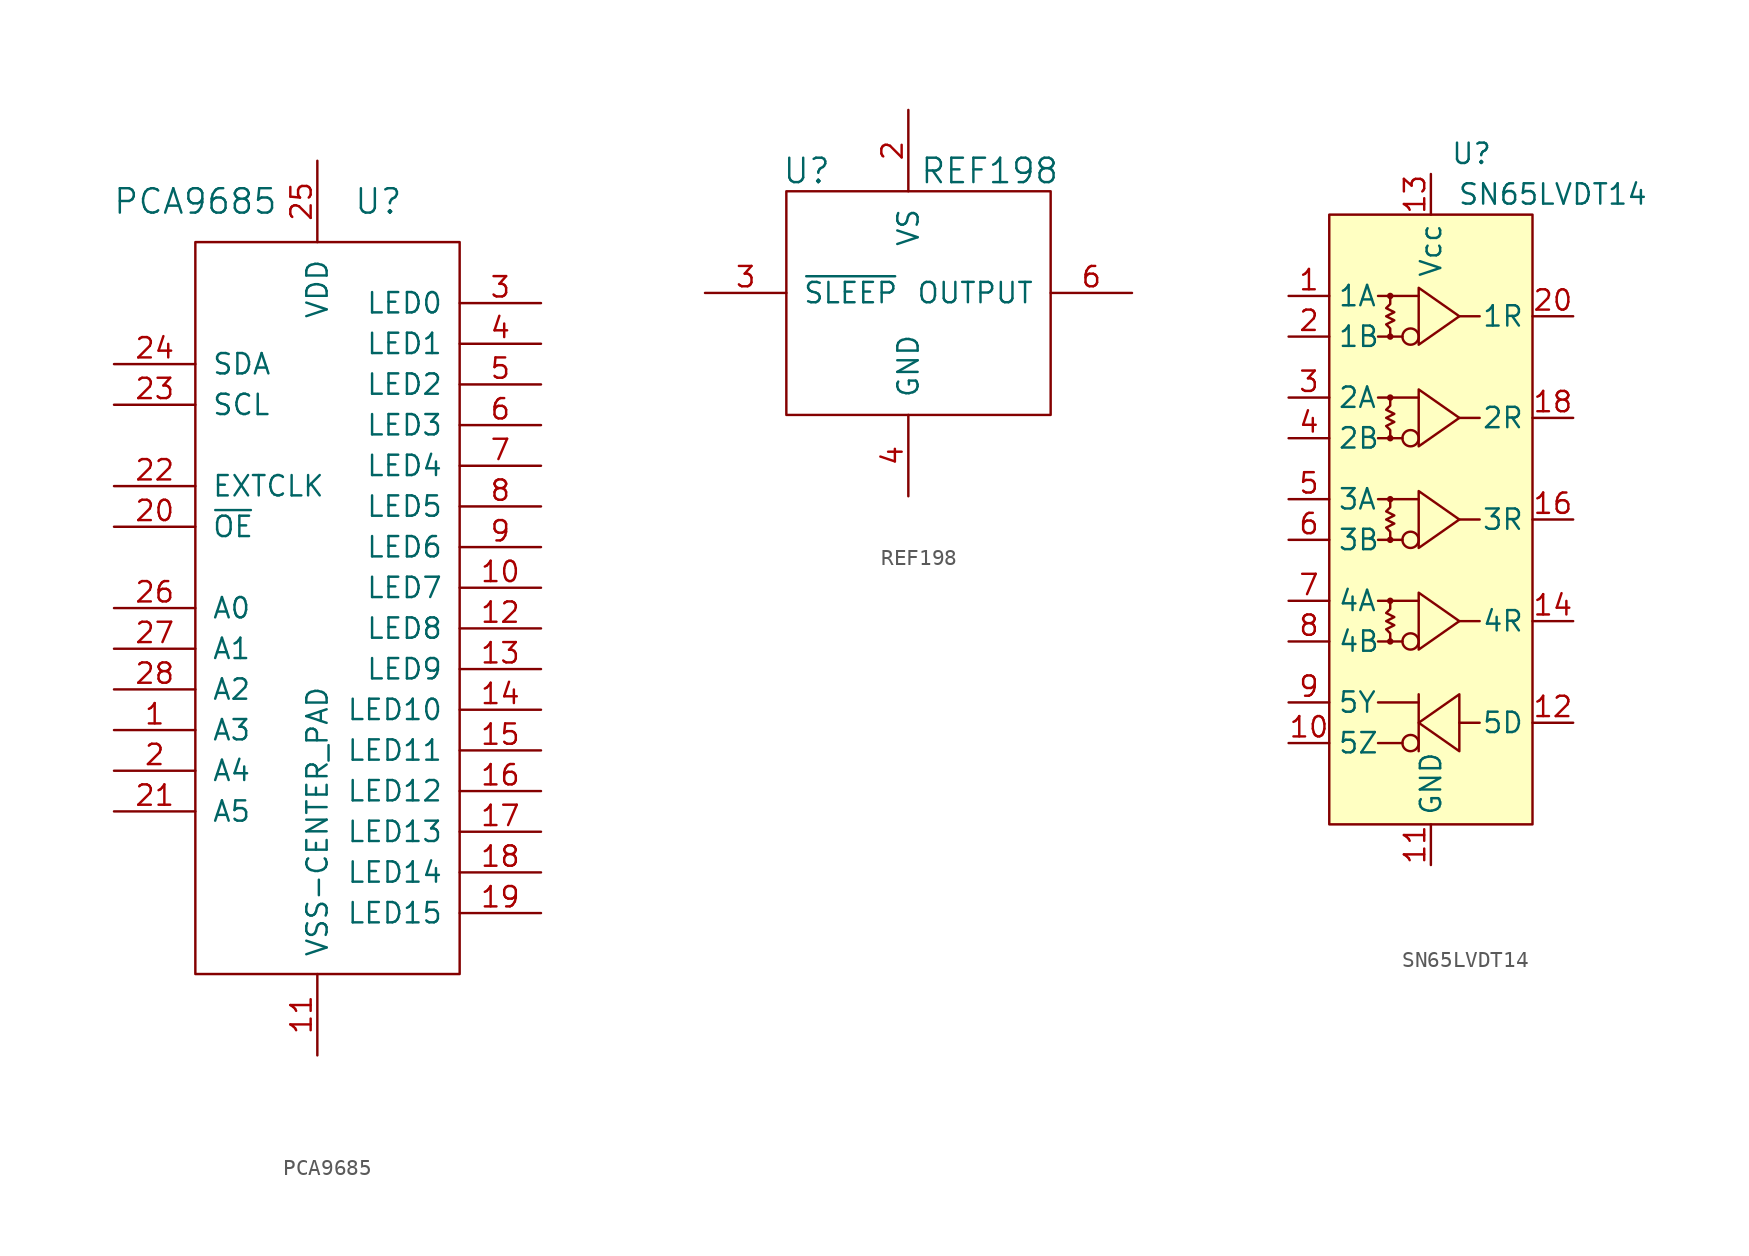
<source format=kicad_sym>
(kicad_symbol_lib
  (version 20211014)
  (generator kicad_symbol_editor)
  (symbol "PCA9685"
    (pin_names
      (offset 1.016))
    (property "Reference" "U"
      (at 11.43 48.26 0)
      (effects (font (size 1.524 1.524))))
    (property "Value" "PCA9685"
      (at 0 48.26 0)
      (effects (font (size 1.524 1.524))))
    (symbol "PCA9685_0_1"
      (rectangle (start 16.51 0) (end 0 45.72) (stroke (width 0) (type default) (color 0 0 0 0)) (fill (type none))))
    (symbol "PCA9685_1_1"
      (pin input line (at -5.08 15.24 0) (length 5.08) (name "A3" (effects (font (size 1.27 1.27)))) (number "1" (effects (font (size 1.27 1.27)))))
      (pin input line (at 21.59 24.13 180) (length 5.08) (name "LED7" (effects (font (size 1.27 1.27)))) (number "10" (effects (font (size 1.27 1.27)))))
      (pin passive line (at 7.62 -5.08 90) (length 5.08) (name "VSS-CENTER_PAD" (effects (font (size 1.27 1.27)))) (number "11" (effects (font (size 1.27 1.27)))))
      (pin input line (at 21.59 21.59 180) (length 5.08) (name "LED8" (effects (font (size 1.27 1.27)))) (number "12" (effects (font (size 1.27 1.27)))))
      (pin input line (at 21.59 19.05 180) (length 5.08) (name "LED9" (effects (font (size 1.27 1.27)))) (number "13" (effects (font (size 1.27 1.27)))))
      (pin input line (at 21.59 16.51 180) (length 5.08) (name "LED10" (effects (font (size 1.27 1.27)))) (number "14" (effects (font (size 1.27 1.27)))))
      (pin input line (at 21.59 13.97 180) (length 5.08) (name "LED11" (effects (font (size 1.27 1.27)))) (number "15" (effects (font (size 1.27 1.27)))))
      (pin input line (at 21.59 11.43 180) (length 5.08) (name "LED12" (effects (font (size 1.27 1.27)))) (number "16" (effects (font (size 1.27 1.27)))))
      (pin input line (at 21.59 8.89 180) (length 5.08) (name "LED13" (effects (font (size 1.27 1.27)))) (number "17" (effects (font (size 1.27 1.27)))))
      (pin input line (at 21.59 6.35 180) (length 5.08) (name "LED14" (effects (font (size 1.27 1.27)))) (number "18" (effects (font (size 1.27 1.27)))))
      (pin input line (at 21.59 3.81 180) (length 5.08) (name "LED15" (effects (font (size 1.27 1.27)))) (number "19" (effects (font (size 1.27 1.27)))))
      (pin input line (at -5.08 12.7 0) (length 5.08) (name "A4" (effects (font (size 1.27 1.27)))) (number "2" (effects (font (size 1.27 1.27)))))
      (pin input line (at -5.08 27.94 0) (length 5.08) (name "~{OE}" (effects (font (size 1.27 1.27)))) (number "20" (effects (font (size 1.27 1.27)))))
      (pin input line (at -5.08 10.16 0) (length 5.08) (name "A5" (effects (font (size 1.27 1.27)))) (number "21" (effects (font (size 1.27 1.27)))))
      (pin input line (at -5.08 30.48 0) (length 5.08) (name "EXTCLK" (effects (font (size 1.27 1.27)))) (number "22" (effects (font (size 1.27 1.27)))))
      (pin input line (at -5.08 35.56 0) (length 5.08) (name "SCL" (effects (font (size 1.27 1.27)))) (number "23" (effects (font (size 1.27 1.27)))))
      (pin input line (at -5.08 38.1 0) (length 5.08) (name "SDA" (effects (font (size 1.27 1.27)))) (number "24" (effects (font (size 1.27 1.27)))))
      (pin input line (at 7.62 50.8 270) (length 5.08) (name "VDD" (effects (font (size 1.27 1.27)))) (number "25" (effects (font (size 1.27 1.27)))))
      (pin input line (at -5.08 22.86 0) (length 5.08) (name "A0" (effects (font (size 1.27 1.27)))) (number "26" (effects (font (size 1.27 1.27)))))
      (pin input line (at -5.08 20.32 0) (length 5.08) (name "A1" (effects (font (size 1.27 1.27)))) (number "27" (effects (font (size 1.27 1.27)))))
      (pin input line (at -5.08 17.78 0) (length 5.08) (name "A2" (effects (font (size 1.27 1.27)))) (number "28" (effects (font (size 1.27 1.27)))))
      (pin passive line (at 7.62 -5.08 90) (length 5.08) hide (name "VSS-CENTER_PAD" (effects (font (size 1.27 1.27)))) (number "29" (effects (font (size 1.27 1.27)))))
      (pin input line (at 21.59 41.91 180) (length 5.08) (name "LED0" (effects (font (size 1.27 1.27)))) (number "3" (effects (font (size 1.27 1.27)))))
      (pin input line (at 21.59 39.37 180) (length 5.08) (name "LED1" (effects (font (size 1.27 1.27)))) (number "4" (effects (font (size 1.27 1.27)))))
      (pin input line (at 21.59 36.83 180) (length 5.08) (name "LED2" (effects (font (size 1.27 1.27)))) (number "5" (effects (font (size 1.27 1.27)))))
      (pin input line (at 21.59 34.29 180) (length 5.08) (name "LED3" (effects (font (size 1.27 1.27)))) (number "6" (effects (font (size 1.27 1.27)))))
      (pin input line (at 21.59 31.75 180) (length 5.08) (name "LED4" (effects (font (size 1.27 1.27)))) (number "7" (effects (font (size 1.27 1.27)))))
      (pin input line (at 21.59 29.21 180) (length 5.08) (name "LED5" (effects (font (size 1.27 1.27)))) (number "8" (effects (font (size 1.27 1.27)))))
      (pin input line (at 21.59 26.67 180) (length 5.08) (name "LED6" (effects (font (size 1.27 1.27)))) (number "9" (effects (font (size 1.27 1.27)))))))
  (symbol "REF198"
    (pin_names
      (offset 1.016))
    (property "Reference" "U"
      (at 1.27 15.24 0)
      (effects (font (size 1.524 1.524))))
    (property "Value" "REF198"
      (at 12.7 15.24 0)
      (effects (font (size 1.524 1.524))))
    (symbol "REF198_0_1"
      (rectangle (start 0 0) (end 16.51 13.97) (stroke (width 0) (type default) (color 0 0 0 0)) (fill (type none))))
    (symbol "REF198_1_1"
      (pin no_connect line (at 13.97 12.7 180) (length 5.08) hide (name "TP" (effects (font (size 1.27 1.27)))) (number "1" (effects (font (size 1.27 1.27)))))
      (pin power_in line (at 7.62 19.05 270) (length 5.08) (name "VS" (effects (font (size 1.27 1.27)))) (number "2" (effects (font (size 1.27 1.27)))))
      (pin input line (at -5.08 7.62 0) (length 5.08) (name "~{SLEEP}" (effects (font (size 1.27 1.27)))) (number "3" (effects (font (size 1.27 1.27)))))
      (pin power_in line (at 7.62 -5.08 90) (length 5.08) (name "GND" (effects (font (size 1.27 1.27)))) (number "4" (effects (font (size 1.27 1.27)))))
      (pin no_connect line (at 13.97 11.43 180) (length 5.08) hide (name "TP" (effects (font (size 1.27 1.27)))) (number "5" (effects (font (size 1.27 1.27)))))
      (pin output line (at 21.59 7.62 180) (length 5.08) (name "OUTPUT" (effects (font (size 1.27 1.27)))) (number "6" (effects (font (size 1.27 1.27)))))
      (pin no_connect line (at 13.97 10.16 180) (length 5.08) hide (name "NC" (effects (font (size 1.27 1.27)))) (number "7" (effects (font (size 1.27 1.27)))))
      (pin no_connect line (at 13.97 8.89 180) (length 5.08) hide (name "NC" (effects (font (size 1.27 1.27)))) (number "8" (effects (font (size 1.27 1.27)))))))
  (symbol "SN65LVDT14"
    (property "Reference" "U"
      (at 2.54 22.86 0)
      (effects (font (size 1.27 1.27))))
    (property "Value" "SN65LVDT14"
      (at 7.62 20.32 0)
      (effects (font (size 1.27 1.27))))
    (symbol "SN65LVDT14_0_1"
      (rectangle (start -6.35 -19.05) (end 6.35 19.05) (stroke (width 0) (type default) (color 0 0 0 0)) (fill (type background)))
      (circle (center -2.54 -7.62) (radius 0.127) (stroke (width 0) (type default) (color 0 0 0 0)) (fill (type none)))
      (circle (center -2.54 -5.08) (radius 0.127) (stroke (width 0) (type default) (color 0 0 0 0)) (fill (type none)))
      (circle (center -2.54 -1.27) (radius 0.127) (stroke (width 0) (type default) (color 0 0 0 0)) (fill (type none)))
      (circle (center -2.54 1.27) (radius 0.127) (stroke (width 0) (type default) (color 0 0 0 0)) (fill (type none)))
      (circle (center -2.54 5.08) (radius 0.127) (stroke (width 0) (type default) (color 0 0 0 0)) (fill (type none)))
      (circle (center -2.54 7.62) (radius 0.127) (stroke (width 0) (type default) (color 0 0 0 0)) (fill (type none)))
      (circle (center -2.54 11.43) (radius 0.127) (stroke (width 0) (type default) (color 0 0 0 0)) (fill (type none)))
      (circle (center -2.54 13.97) (radius 0.127) (stroke (width 0) (type default) (color 0 0 0 0)) (fill (type none)))
      (circle (center -1.27 -13.97) (radius 0.508) (stroke (width 0) (type default) (color 0 0 0 0)) (fill (type none)))
      (circle (center -1.27 -7.62) (radius 0.508) (stroke (width 0) (type default) (color 0 0 0 0)) (fill (type none)))
      (circle (center -1.27 -1.27) (radius 0.508) (stroke (width 0) (type default) (color 0 0 0 0)) (fill (type none)))
      (circle (center -1.27 5.08) (radius 0.508) (stroke (width 0) (type default) (color 0 0 0 0)) (fill (type none)))
      (circle (center -1.27 11.43) (radius 0.508) (stroke (width 0) (type default) (color 0 0 0 0)) (fill (type none)))
      (polyline (pts (xy -1.778 -13.97) (xy -3.302 -13.97)) (stroke (width 0) (type default) (color 0 0 0 0)) (fill (type none)))
      (polyline (pts (xy -1.778 -7.62) (xy -3.302 -7.62)) (stroke (width 0) (type default) (color 0 0 0 0)) (fill (type none)))
      (polyline (pts (xy -1.778 -1.27) (xy -3.302 -1.27)) (stroke (width 0) (type default) (color 0 0 0 0)) (fill (type none)))
      (polyline (pts (xy -1.778 5.08) (xy -3.302 5.08)) (stroke (width 0) (type default) (color 0 0 0 0)) (fill (type none)))
      (polyline (pts (xy -1.778 11.43) (xy -3.302 11.43)) (stroke (width 0) (type default) (color 0 0 0 0)) (fill (type none)))
      (polyline (pts (xy -0.762 -11.43) (xy -3.302 -11.43)) (stroke (width 0) (type default) (color 0 0 0 0)) (fill (type none)))
      (polyline (pts (xy -0.762 -10.922) (xy -0.762 -14.478)) (stroke (width 0) (type default) (color 0 0 0 0)) (fill (type none)))
      (polyline (pts (xy -0.762 -5.08) (xy -3.302 -5.08)) (stroke (width 0) (type default) (color 0 0 0 0)) (fill (type none)))
      (polyline (pts (xy -0.762 1.27) (xy -3.302 1.27)) (stroke (width 0) (type default) (color 0 0 0 0)) (fill (type none)))
      (polyline (pts (xy -0.762 7.62) (xy -3.302 7.62)) (stroke (width 0) (type default) (color 0 0 0 0)) (fill (type none)))
      (polyline (pts (xy -0.762 13.97) (xy -3.302 13.97)) (stroke (width 0) (type default) (color 0 0 0 0)) (fill (type none)))
      (polyline (pts (xy 1.778 -12.7) (xy 3.048 -12.7)) (stroke (width 0) (type default) (color 0 0 0 0)) (fill (type none)))
      (polyline (pts (xy 1.778 -6.35) (xy 3.048 -6.35)) (stroke (width 0) (type default) (color 0 0 0 0)) (fill (type none)))
      (polyline (pts (xy 1.778 0) (xy 3.048 0)) (stroke (width 0) (type default) (color 0 0 0 0)) (fill (type none)))
      (polyline (pts (xy 1.778 6.35) (xy 3.048 6.35)) (stroke (width 0) (type default) (color 0 0 0 0)) (fill (type none)))
      (polyline (pts (xy 1.778 12.7) (xy 3.048 12.7)) (stroke (width 0) (type default) (color 0 0 0 0)) (fill (type none)))
      (polyline (pts (xy -0.762 -4.572) (xy -0.762 -8.128) (xy 1.778 -6.35) (xy -0.762 -4.572)) (stroke (width 0) (type default) (color 0 0 0 0)) (fill (type background)))
      (polyline (pts (xy -0.762 1.778) (xy -0.762 -1.778) (xy 1.778 0) (xy -0.762 1.778)) (stroke (width 0) (type default) (color 0 0 0 0)) (fill (type background)))
      (polyline (pts (xy -0.762 8.128) (xy -0.762 4.572) (xy 1.778 6.35) (xy -0.762 8.128)) (stroke (width 0) (type default) (color 0 0 0 0)) (fill (type background)))
      (polyline (pts (xy -0.762 14.478) (xy -0.762 10.922) (xy 1.778 12.7) (xy -0.762 14.478)) (stroke (width 0) (type default) (color 0 0 0 0)) (fill (type background)))
      (polyline (pts (xy 1.778 -14.478) (xy 1.778 -10.922) (xy -0.762 -12.7) (xy 1.778 -14.478)) (stroke (width 0) (type default) (color 0 0 0 0)) (fill (type background)))
      (polyline (pts (xy -2.54 -5.08) (xy -2.54 -5.588) (xy -2.794 -5.842) (xy -2.286 -6.096) (xy -2.794 -6.35) (xy -2.286 -6.604) (xy -2.794 -6.858) (xy -2.54 -7.112) (xy -2.54 -7.62)) (stroke (width 0) (type default) (color 0 0 0 0)) (fill (type none)))
      (polyline (pts (xy -2.54 1.27) (xy -2.54 0.762) (xy -2.794 0.508) (xy -2.286 0.254) (xy -2.794 0) (xy -2.286 -0.254) (xy -2.794 -0.508) (xy -2.54 -0.762) (xy -2.54 -1.27)) (stroke (width 0) (type default) (color 0 0 0 0)) (fill (type none)))
      (polyline (pts (xy -2.54 7.62) (xy -2.54 7.112) (xy -2.794 6.858) (xy -2.286 6.604) (xy -2.794 6.35) (xy -2.286 6.096) (xy -2.794 5.842) (xy -2.54 5.588) (xy -2.54 5.08)) (stroke (width 0) (type default) (color 0 0 0 0)) (fill (type none)))
      (polyline (pts (xy -2.54 13.97) (xy -2.54 13.462) (xy -2.794 13.208) (xy -2.286 12.954) (xy -2.794 12.7) (xy -2.286 12.446) (xy -2.794 12.192) (xy -2.54 11.938) (xy -2.54 11.43)) (stroke (width 0) (type default) (color 0 0 0 0)) (fill (type none))))
    (symbol "SN65LVDT14_1_1"
      (pin input line (at -8.89 13.97 0) (length 2.54) (name "1A" (effects (font (size 1.27 1.27)))) (number "1" (effects (font (size 1.27 1.27)))))
      (pin output line (at -8.89 -13.97 0) (length 2.54) (name "5Z" (effects (font (size 1.27 1.27)))) (number "10" (effects (font (size 1.27 1.27)))))
      (pin power_in line (at 0 -21.59 90) (length 2.54) (name "GND" (effects (font (size 1.27 1.27)))) (number "11" (effects (font (size 1.27 1.27)))))
      (pin input line (at 8.89 -12.7 180) (length 2.54) (name "5D" (effects (font (size 1.27 1.27)))) (number "12" (effects (font (size 1.27 1.27)))))
      (pin power_in line (at 0 21.59 270) (length 2.54) (name "Vcc" (effects (font (size 1.27 1.27)))) (number "13" (effects (font (size 1.27 1.27)))))
      (pin output line (at 8.89 -6.35 180) (length 2.54) (name "4R" (effects (font (size 1.27 1.27)))) (number "14" (effects (font (size 1.27 1.27)))))
      (pin power_in line (at 0 -21.59 90) (length 2.54) hide (name "GND" (effects (font (size 1.27 1.27)))) (number "15" (effects (font (size 1.27 1.27)))))
      (pin output line (at 8.89 0 180) (length 2.54) (name "3R" (effects (font (size 1.27 1.27)))) (number "16" (effects (font (size 1.27 1.27)))))
      (pin power_in line (at 0 21.59 270) (length 2.54) hide (name "Vcc" (effects (font (size 1.27 1.27)))) (number "17" (effects (font (size 1.27 1.27)))))
      (pin output line (at 8.89 6.35 180) (length 2.54) (name "2R" (effects (font (size 1.27 1.27)))) (number "18" (effects (font (size 1.27 1.27)))))
      (pin power_in line (at 0 -21.59 90) (length 2.54) hide (name "GND" (effects (font (size 1.27 1.27)))) (number "19" (effects (font (size 1.27 1.27)))))
      (pin input line (at -8.89 11.43 0) (length 2.54) (name "1B" (effects (font (size 1.27 1.27)))) (number "2" (effects (font (size 1.27 1.27)))))
      (pin output line (at 8.89 12.7 180) (length 2.54) (name "1R" (effects (font (size 1.27 1.27)))) (number "20" (effects (font (size 1.27 1.27)))))
      (pin input line (at -8.89 7.62 0) (length 2.54) (name "2A" (effects (font (size 1.27 1.27)))) (number "3" (effects (font (size 1.27 1.27)))))
      (pin input line (at -8.89 5.08 0) (length 2.54) (name "2B" (effects (font (size 1.27 1.27)))) (number "4" (effects (font (size 1.27 1.27)))))
      (pin input line (at -8.89 1.27 0) (length 2.54) (name "3A" (effects (font (size 1.27 1.27)))) (number "5" (effects (font (size 1.27 1.27)))))
      (pin input line (at -8.89 -1.27 0) (length 2.54) (name "3B" (effects (font (size 1.27 1.27)))) (number "6" (effects (font (size 1.27 1.27)))))
      (pin input line (at -8.89 -5.08 0) (length 2.54) (name "4A" (effects (font (size 1.27 1.27)))) (number "7" (effects (font (size 1.27 1.27)))))
      (pin input line (at -8.89 -7.62 0) (length 2.54) (name "4B" (effects (font (size 1.27 1.27)))) (number "8" (effects (font (size 1.27 1.27)))))
      (pin output line (at -8.89 -11.43 0) (length 2.54) (name "5Y" (effects (font (size 1.27 1.27)))) (number "9" (effects (font (size 1.27 1.27))))))))
</source>
